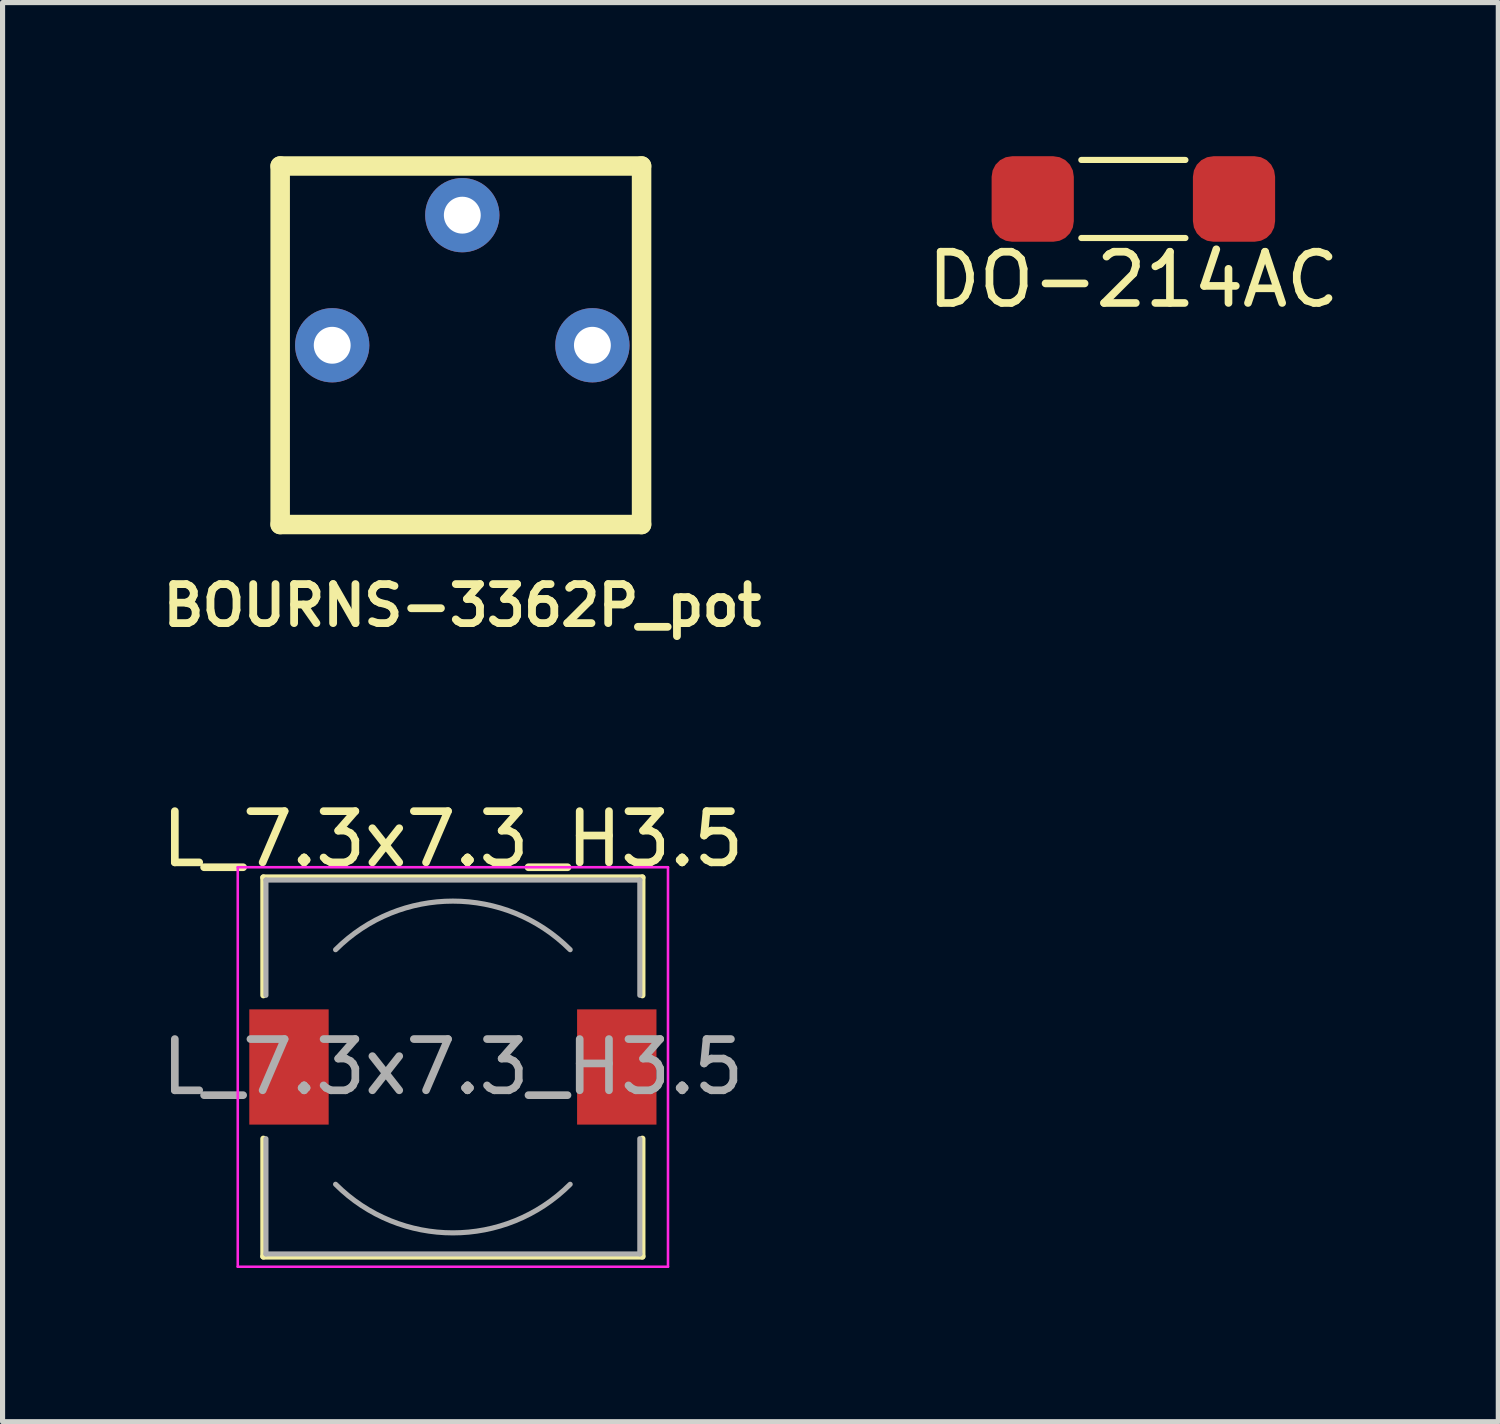
<source format=kicad_pcb>
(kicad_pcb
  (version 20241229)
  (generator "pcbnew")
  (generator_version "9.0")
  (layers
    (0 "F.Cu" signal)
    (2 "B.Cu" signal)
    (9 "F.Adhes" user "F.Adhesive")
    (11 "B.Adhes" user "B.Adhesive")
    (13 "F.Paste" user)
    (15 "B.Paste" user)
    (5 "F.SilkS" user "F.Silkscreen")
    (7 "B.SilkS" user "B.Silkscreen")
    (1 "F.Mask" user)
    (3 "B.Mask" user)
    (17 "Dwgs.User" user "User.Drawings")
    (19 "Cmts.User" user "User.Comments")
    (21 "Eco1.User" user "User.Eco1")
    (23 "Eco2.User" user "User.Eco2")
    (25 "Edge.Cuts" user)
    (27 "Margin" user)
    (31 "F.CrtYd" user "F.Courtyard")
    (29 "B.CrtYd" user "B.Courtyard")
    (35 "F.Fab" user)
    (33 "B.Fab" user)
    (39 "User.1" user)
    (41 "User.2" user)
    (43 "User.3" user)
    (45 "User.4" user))
  (footprint "L_7.3x7.3_H3.5"
    (layer "F.Cu")
    (at 5.792 17.782)
    (property "Reference" "L_7.3x7.3_H3.5" (at 0 -4.45 0) (layer "F.SilkS") (effects (font (size 1 1) (thickness 0.15))))
    (attr smd)
    (fp_line (start -3.7 -3.7) (end 3.7 -3.7) (stroke (width 0.12) (type solid)) (layer "F.SilkS"))
    (fp_line (start -3.7 -1.4) (end -3.7 -3.7) (stroke (width 0.12) (type solid)) (layer "F.SilkS"))
    (fp_line (start -3.7 3.7) (end -3.7 1.4) (stroke (width 0.12) (type solid)) (layer "F.SilkS"))
    (fp_line (start 3.7 -3.7) (end 3.7 -1.4) (stroke (width 0.12) (type solid)) (layer "F.SilkS"))
    (fp_line (start 3.7 1.4) (end 3.7 3.7) (stroke (width 0.12) (type solid)) (layer "F.SilkS"))
    (fp_line (start 3.7 3.7) (end -3.7 3.7) (stroke (width 0.12) (type solid)) (layer "F.SilkS"))
    (fp_line (start -4.2 -3.9) (end -4.2 3.9) (stroke (width 0.05) (type solid)) (layer "F.CrtYd"))
    (fp_line (start -4.2 3.9) (end 4.2 3.9) (stroke (width 0.05) (type solid)) (layer "F.CrtYd"))
    (fp_line (start 4.2 -3.9) (end -4.2 -3.9) (stroke (width 0.05) (type solid)) (layer "F.CrtYd"))
    (fp_line (start 4.2 3.9) (end 4.2 -3.9) (stroke (width 0.05) (type solid)) (layer "F.CrtYd"))
    (fp_line (start -3.65 -3.65) (end -3.65 -1.4) (stroke (width 0.1) (type solid)) (layer "F.Fab"))
    (fp_line (start -3.65 -3.65) (end 3.65 -3.65) (stroke (width 0.1) (type solid)) (layer "F.Fab"))
    (fp_line (start -3.65 3.65) (end -3.65 1.4) (stroke (width 0.1) (type solid)) (layer "F.Fab"))
    (fp_line (start 3.65 -3.65) (end 3.65 -1.4) (stroke (width 0.1) (type solid)) (layer "F.Fab"))
    (fp_line (start 3.65 3.65) (end -3.65 3.65) (stroke (width 0.1) (type solid)) (layer "F.Fab"))
    (fp_line (start 3.65 3.65) (end 3.65 1.4) (stroke (width 0.1) (type solid)) (layer "F.Fab"))
    (fp_arc (start -2.29 -2.29) (mid 0 -3.238549) (end 2.29 -2.29) (stroke (width 0.1) (type solid)) (layer "F.Fab"))
    (fp_arc (start 2.29 2.29) (mid 0 3.238549) (end -2.29 2.29) (stroke (width 0.1) (type solid)) (layer "F.Fab"))
    (fp_text user "${REFERENCE}" (at 0 0 0) (layer "F.Fab") (effects (font (size 1 1) (thickness 0.15))))
    (pad "1" smd rect (at -3.2 0) (size 1.55 2.25) (layers "F.Cu" "F.Mask" "F.Paste"))
    (pad "2" smd rect (at 3.2 0) (size 1.55 2.25) (layers "F.Cu" "F.Mask" "F.Paste")))
  (footprint "DO-214AC"
    (layer "F.Cu")
    (at 19.078 0.835)
    (property "Reference" "DO-214AC" (at 0 1.575 0) (layer "F.SilkS") (effects (font (size 1 1) (thickness 0.15))))
    (attr through_hole)
    (fp_line (start -1.016 -0.762) (end 1.016 -0.762) (stroke (width 0.12) (type solid)) (layer "F.SilkS"))
    (fp_line (start -1.016 0.762) (end 1.016 0.762) (stroke (width 0.12) (type solid)) (layer "F.SilkS"))
    (pad "1" smd roundrect (at -1.965 0) (size 1.605 1.67) (layers "F.Cu" "F.Mask" "F.Paste") (roundrect_rratio 0.25))
    (pad "2" smd roundrect (at 1.965 0) (size 1.605 1.67) (layers "F.Cu" "F.Mask" "F.Paste") (roundrect_rratio 0.25)))
  (footprint "BOURNS-3362P_pot"
    (layer "F.Cu")
    (at 5.976 3.691)
    (property "Reference" "BOURNS-3362P_pot" (at 0 5.08 0) (layer "F.SilkS") (effects (font (size 0.762 0.762) (thickness 0.152))))
    (attr through_hole)
    (fp_line (start -3.556 -3.5) (end 3.5 -3.5) (stroke (width 0.381) (type solid)) (layer "F.SilkS"))
    (fp_line (start -3.556 3.5) (end -3.556 -3.5) (stroke (width 0.381) (type solid)) (layer "F.SilkS"))
    (fp_line (start -3.556 3.5) (end 3.5 3.5) (stroke (width 0.381) (type solid)) (layer "F.SilkS"))
    (fp_line (start 3.5 -3.5) (end 3.5 3.5) (stroke (width 0.381) (type solid)) (layer "F.SilkS"))
    (pad "1" thru_hole oval (at -2.54 0) (size 1.45 1.45) (drill oval 0.72) (layers "*.Cu" "*.Mask"))
    (pad "2" thru_hole oval (at 0 -2.54) (size 1.45 1.45) (drill oval 0.72) (layers "*.Cu" "*.Mask"))
    (pad "3" thru_hole oval (at 2.54 0) (size 1.45 1.45) (drill oval 0.72) (layers "*.Cu" "*.Mask")))
  (gr_rect
    (start -3 -3)
    (end 26.203 24.707)
    (stroke (width 0.1) (type default))
    (fill no)
    (layer "Edge.Cuts")))
</source>
